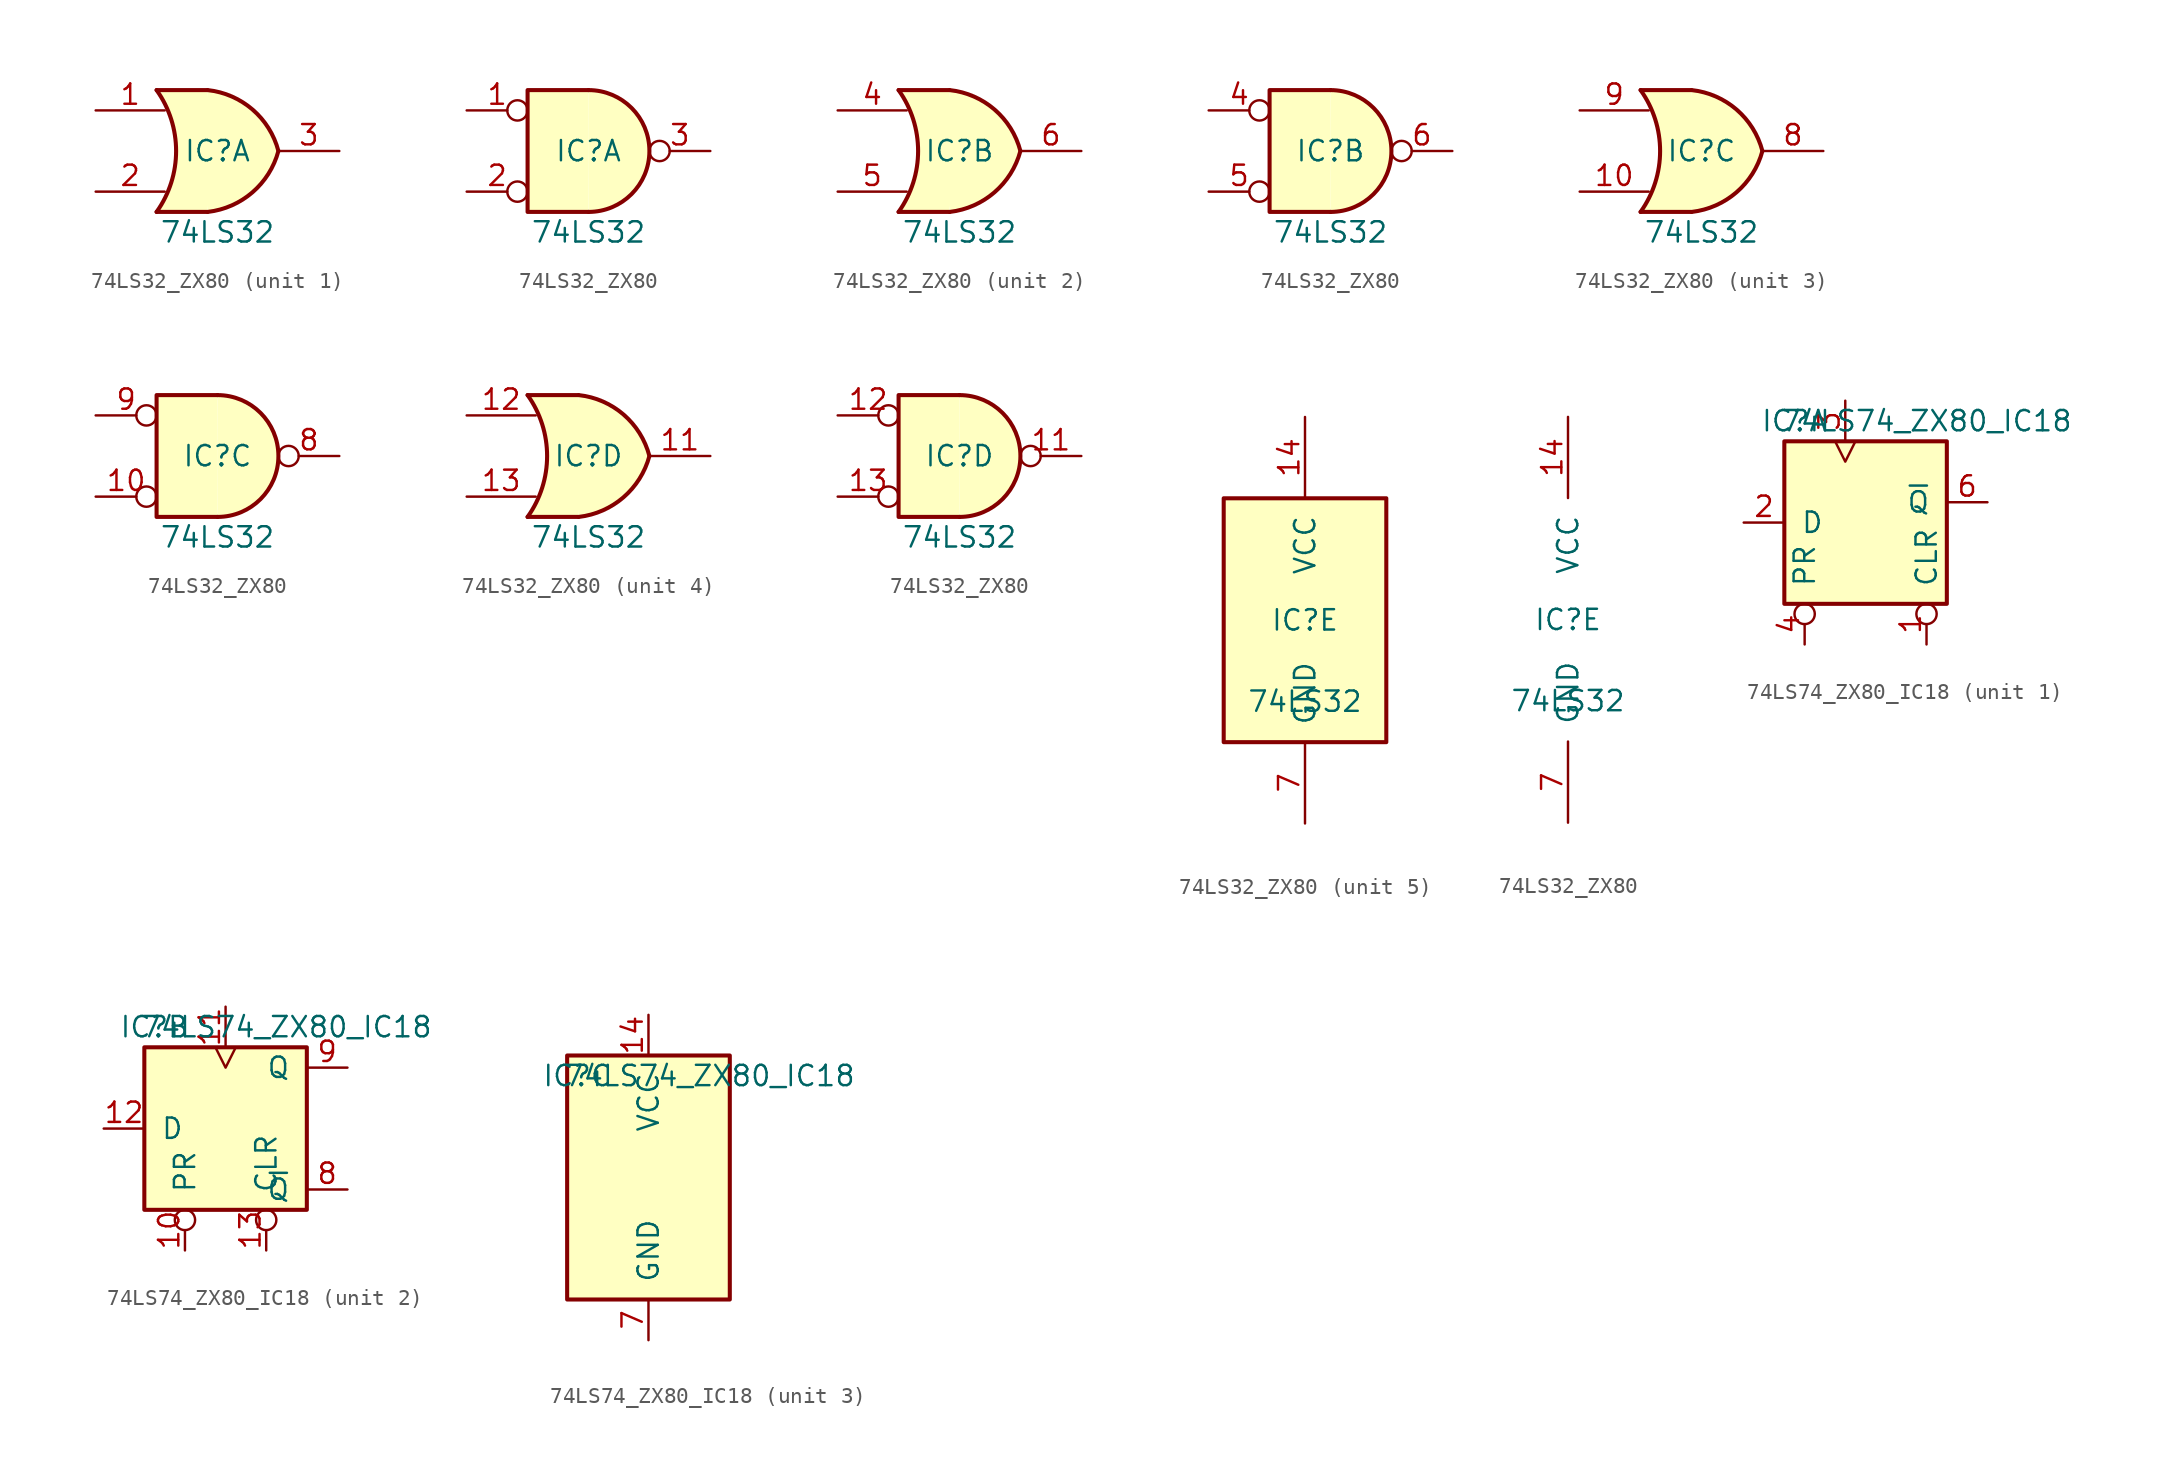
<source format=kicad_sym>
(kicad_symbol_lib
  (version 20220914)
  (generator kicad_symbol_editor)
  (symbol "74LS32_ZX80"
    (pin_names
      (offset 1.016))
    (property "Reference" "IC"
      (at 0 0 0)
      (effects (font (size 1.27 1.27))))
    (property "Value" "74LS32"
      (at 0 -5.08 0)
      (effects (font (size 1.27 1.27))))
    (property "ki_locked" ""
      (at 0 0 0)
      (effects (font (size 1.27 1.27))))
    (symbol "74LS32_ZX80_1_1"
      (arc (start -3.81 -3.81) (mid -2.589 0) (end -3.81 3.81) (stroke (width 0.254) (type default)) (fill (type none)))
      (arc (start -0.6096 -3.81) (mid 2.1842 -2.5851) (end 3.81 0) (stroke (width 0.254) (type default)) (fill (type background)))
      (polyline (pts (xy -3.81 -3.81) (xy -0.635 -3.81)) (stroke (width 0.254) (type default)) (fill (type background)))
      (polyline (pts (xy -3.81 3.81) (xy -0.635 3.81)) (stroke (width 0.254) (type default)) (fill (type background)))
      (polyline (pts (xy -0.635 3.81) (xy -3.81 3.81) (xy -3.81 3.81) (xy -3.556 3.404) (xy -3.023 2.261) (xy -2.692 1.041) (xy -2.616 -0.254) (xy -2.769 -1.499) (xy -3.175 -2.718) (xy -3.81 -3.81) (xy -3.81 -3.81) (xy -0.635 -3.81)) (stroke (width -25.4) (type default)) (fill (type background)))
      (arc (start 3.81 0) (mid 2.1915 2.5936) (end -0.6096 3.81) (stroke (width 0.254) (type default)) (fill (type background)))
      (pin input line (at -7.62 2.54 0) (length 4.318) (name "~" (effects (font (size 1.27 1.27)))) (number "1" (effects (font (size 1.27 1.27)))))
      (pin input line (at -7.62 -2.54 0) (length 4.318) (name "~" (effects (font (size 1.27 1.27)))) (number "2" (effects (font (size 1.27 1.27)))))
      (pin output line (at 7.62 0 180) (length 3.81) (name "~" (effects (font (size 1.27 1.27)))) (number "3" (effects (font (size 1.27 1.27))))))
    (symbol "74LS32_ZX80_1_2"
      (arc (start 0 -3.81) (mid 3.7934 0) (end 0 3.81) (stroke (width 0.254) (type default)) (fill (type background)))
      (polyline (pts (xy 0 3.81) (xy -3.81 3.81) (xy -3.81 -3.81) (xy 0 -3.81)) (stroke (width 0.254) (type default)) (fill (type background)))
      (pin input inverted (at -7.62 2.54 0) (length 3.81) (name "~" (effects (font (size 1.27 1.27)))) (number "1" (effects (font (size 1.27 1.27)))))
      (pin input inverted (at -7.62 -2.54 0) (length 3.81) (name "~" (effects (font (size 1.27 1.27)))) (number "2" (effects (font (size 1.27 1.27)))))
      (pin output inverted (at 7.62 0 180) (length 3.81) (name "~" (effects (font (size 1.27 1.27)))) (number "3" (effects (font (size 1.27 1.27))))))
    (symbol "74LS32_ZX80_2_1"
      (arc (start -3.81 -3.81) (mid -2.589 0) (end -3.81 3.81) (stroke (width 0.254) (type default)) (fill (type none)))
      (arc (start -0.6096 -3.81) (mid 2.1842 -2.5851) (end 3.81 0) (stroke (width 0.254) (type default)) (fill (type background)))
      (polyline (pts (xy -3.81 -3.81) (xy -0.635 -3.81)) (stroke (width 0.254) (type default)) (fill (type background)))
      (polyline (pts (xy -3.81 3.81) (xy -0.635 3.81)) (stroke (width 0.254) (type default)) (fill (type background)))
      (polyline (pts (xy -0.635 3.81) (xy -3.81 3.81) (xy -3.81 3.81) (xy -3.556 3.404) (xy -3.023 2.261) (xy -2.692 1.041) (xy -2.616 -0.254) (xy -2.769 -1.499) (xy -3.175 -2.718) (xy -3.81 -3.81) (xy -3.81 -3.81) (xy -0.635 -3.81)) (stroke (width -25.4) (type default)) (fill (type background)))
      (arc (start 3.81 0) (mid 2.1915 2.5936) (end -0.6096 3.81) (stroke (width 0.254) (type default)) (fill (type background)))
      (pin input line (at -7.62 2.54 0) (length 4.318) (name "~" (effects (font (size 1.27 1.27)))) (number "4" (effects (font (size 1.27 1.27)))))
      (pin input line (at -7.62 -2.54 0) (length 4.318) (name "~" (effects (font (size 1.27 1.27)))) (number "5" (effects (font (size 1.27 1.27)))))
      (pin output line (at 7.62 0 180) (length 3.81) (name "~" (effects (font (size 1.27 1.27)))) (number "6" (effects (font (size 1.27 1.27))))))
    (symbol "74LS32_ZX80_2_2"
      (arc (start 0 -3.81) (mid 3.7934 0) (end 0 3.81) (stroke (width 0.254) (type default)) (fill (type background)))
      (polyline (pts (xy 0 3.81) (xy -3.81 3.81) (xy -3.81 -3.81) (xy 0 -3.81)) (stroke (width 0.254) (type default)) (fill (type background)))
      (pin input inverted (at -7.62 2.54 0) (length 3.81) (name "~" (effects (font (size 1.27 1.27)))) (number "4" (effects (font (size 1.27 1.27)))))
      (pin input inverted (at -7.62 -2.54 0) (length 3.81) (name "~" (effects (font (size 1.27 1.27)))) (number "5" (effects (font (size 1.27 1.27)))))
      (pin output inverted (at 7.62 0 180) (length 3.81) (name "~" (effects (font (size 1.27 1.27)))) (number "6" (effects (font (size 1.27 1.27))))))
    (symbol "74LS32_ZX80_3_1"
      (arc (start -3.81 -3.81) (mid -2.589 0) (end -3.81 3.81) (stroke (width 0.254) (type default)) (fill (type none)))
      (arc (start -0.6096 -3.81) (mid 2.1842 -2.5851) (end 3.81 0) (stroke (width 0.254) (type default)) (fill (type background)))
      (polyline (pts (xy -3.81 -3.81) (xy -0.635 -3.81)) (stroke (width 0.254) (type default)) (fill (type background)))
      (polyline (pts (xy -3.81 3.81) (xy -0.635 3.81)) (stroke (width 0.254) (type default)) (fill (type background)))
      (polyline (pts (xy -0.635 3.81) (xy -3.81 3.81) (xy -3.81 3.81) (xy -3.556 3.404) (xy -3.023 2.261) (xy -2.692 1.041) (xy -2.616 -0.254) (xy -2.769 -1.499) (xy -3.175 -2.718) (xy -3.81 -3.81) (xy -3.81 -3.81) (xy -0.635 -3.81)) (stroke (width -25.4) (type default)) (fill (type background)))
      (arc (start 3.81 0) (mid 2.1915 2.5936) (end -0.6096 3.81) (stroke (width 0.254) (type default)) (fill (type background)))
      (pin input line (at -7.62 -2.54 0) (length 4.318) (name "~" (effects (font (size 1.27 1.27)))) (number "10" (effects (font (size 1.27 1.27)))))
      (pin output line (at 7.62 0 180) (length 3.81) (name "~" (effects (font (size 1.27 1.27)))) (number "8" (effects (font (size 1.27 1.27)))))
      (pin input line (at -7.62 2.54 0) (length 4.318) (name "~" (effects (font (size 1.27 1.27)))) (number "9" (effects (font (size 1.27 1.27))))))
    (symbol "74LS32_ZX80_3_2"
      (arc (start 0 -3.81) (mid 3.7934 0) (end 0 3.81) (stroke (width 0.254) (type default)) (fill (type background)))
      (polyline (pts (xy 0 3.81) (xy -3.81 3.81) (xy -3.81 -3.81) (xy 0 -3.81)) (stroke (width 0.254) (type default)) (fill (type background)))
      (pin input inverted (at -7.62 -2.54 0) (length 3.81) (name "~" (effects (font (size 1.27 1.27)))) (number "10" (effects (font (size 1.27 1.27)))))
      (pin output inverted (at 7.62 0 180) (length 3.81) (name "~" (effects (font (size 1.27 1.27)))) (number "8" (effects (font (size 1.27 1.27)))))
      (pin input inverted (at -7.62 2.54 0) (length 3.81) (name "~" (effects (font (size 1.27 1.27)))) (number "9" (effects (font (size 1.27 1.27))))))
    (symbol "74LS32_ZX80_4_1"
      (arc (start -3.81 -3.81) (mid -2.589 0) (end -3.81 3.81) (stroke (width 0.254) (type default)) (fill (type none)))
      (arc (start -0.6096 -3.81) (mid 2.1842 -2.5851) (end 3.81 0) (stroke (width 0.254) (type default)) (fill (type background)))
      (polyline (pts (xy -3.81 -3.81) (xy -0.635 -3.81)) (stroke (width 0.254) (type default)) (fill (type background)))
      (polyline (pts (xy -3.81 3.81) (xy -0.635 3.81)) (stroke (width 0.254) (type default)) (fill (type background)))
      (polyline (pts (xy -0.635 3.81) (xy -3.81 3.81) (xy -3.81 3.81) (xy -3.556 3.404) (xy -3.023 2.261) (xy -2.692 1.041) (xy -2.616 -0.254) (xy -2.769 -1.499) (xy -3.175 -2.718) (xy -3.81 -3.81) (xy -3.81 -3.81) (xy -0.635 -3.81)) (stroke (width -25.4) (type default)) (fill (type background)))
      (arc (start 3.81 0) (mid 2.1915 2.5936) (end -0.6096 3.81) (stroke (width 0.254) (type default)) (fill (type background)))
      (pin output line (at 7.62 0 180) (length 3.81) (name "~" (effects (font (size 1.27 1.27)))) (number "11" (effects (font (size 1.27 1.27)))))
      (pin input line (at -7.62 2.54 0) (length 4.318) (name "~" (effects (font (size 1.27 1.27)))) (number "12" (effects (font (size 1.27 1.27)))))
      (pin input line (at -7.62 -2.54 0) (length 4.318) (name "~" (effects (font (size 1.27 1.27)))) (number "13" (effects (font (size 1.27 1.27))))))
    (symbol "74LS32_ZX80_4_2"
      (arc (start 0 -3.81) (mid 3.7934 0) (end 0 3.81) (stroke (width 0.254) (type default)) (fill (type background)))
      (polyline (pts (xy 0 3.81) (xy -3.81 3.81) (xy -3.81 -3.81) (xy 0 -3.81)) (stroke (width 0.254) (type default)) (fill (type background)))
      (pin output inverted (at 7.62 0 180) (length 3.81) (name "~" (effects (font (size 1.27 1.27)))) (number "11" (effects (font (size 1.27 1.27)))))
      (pin input inverted (at -7.62 2.54 0) (length 3.81) (name "~" (effects (font (size 1.27 1.27)))) (number "12" (effects (font (size 1.27 1.27)))))
      (pin input inverted (at -7.62 -2.54 0) (length 3.81) (name "~" (effects (font (size 1.27 1.27)))) (number "13" (effects (font (size 1.27 1.27))))))
    (symbol "74LS32_ZX80_5_0"
      (pin power_in line (at 0 12.7 270) (length 5.08) (name "VCC" (effects (font (size 1.27 1.27)))) (number "14" (effects (font (size 1.27 1.27)))))
      (pin power_in line (at 0 -12.7 90) (length 5.08) (name "GND" (effects (font (size 1.27 1.27)))) (number "7" (effects (font (size 1.27 1.27))))))
    (symbol "74LS32_ZX80_5_1"
      (rectangle (start -5.08 7.62) (end 5.08 -7.62) (stroke (width 0.254) (type default)) (fill (type background)))))
  (symbol "74LS74_ZX80_IC18"
    (pin_names
      (offset 1.016))
    (property "Reference" "IC"
      (at -4.445 6.35 0)
      (effects (font (size 1.27 1.27))))
    (property "Value" "74LS74_ZX80_IC18"
      (at 3.81 6.35 0)
      (effects (font (size 1.27 1.27))))
    (property "ki_locked" ""
      (at 0 0 0)
      (effects (font (size 1.27 1.27))))
    (symbol "74LS74_ZX80_IC18_1_0"
      (pin input inverted (at 3.81 -7.62 90) (length 2.54) (name "CLR" (effects (font (size 1.27 1.27)))) (number "1" (effects (font (size 1.27 1.27)))))
      (pin input line (at -7.62 0 0) (length 2.54) (name "D" (effects (font (size 1.27 1.27)))) (number "2" (effects (font (size 1.27 1.27)))))
      (pin input clock (at -1.27 7.62 270) (length 2.54) (name "" (effects (font (size 1.27 1.27)))) (number "3" (effects (font (size 1.27 1.27)))))
      (pin input inverted (at -3.81 -7.62 90) (length 2.54) (name "PR" (effects (font (size 1.27 1.27)))) (number "4" (effects (font (size 1.27 1.27)))))
      (pin no_connect line (at 7.62 -1.905 180) (length 2.54) hide (name "Q" (effects (font (size 1.27 1.27)))) (number "5" (effects (font (size 1.27 1.27)))))
      (pin output line (at 7.62 1.27 180) (length 2.54) (name "~{Q}" (effects (font (size 1.27 1.27)))) (number "6" (effects (font (size 1.27 1.27))))))
    (symbol "74LS74_ZX80_IC18_1_1"
      (rectangle (start -5.08 5.08) (end 5.08 -5.08) (stroke (width 0.254) (type default)) (fill (type background))))
    (symbol "74LS74_ZX80_IC18_2_0"
      (pin input inverted (at -2.54 -7.62 90) (length 2.54) (name "PR" (effects (font (size 1.27 1.27)))) (number "10" (effects (font (size 1.27 1.27)))))
      (pin input clock (at 0 7.62 270) (length 2.54) (name "" (effects (font (size 1.27 1.27)))) (number "11" (effects (font (size 1.27 1.27)))))
      (pin input line (at -7.62 0 0) (length 2.54) (name "D" (effects (font (size 1.27 1.27)))) (number "12" (effects (font (size 1.27 1.27)))))
      (pin input inverted (at 2.54 -7.62 90) (length 2.54) (name "CLR" (effects (font (size 1.27 1.27)))) (number "13" (effects (font (size 1.27 1.27)))))
      (pin output line (at 7.62 -3.81 180) (length 2.54) (name "~{Q}" (effects (font (size 1.27 1.27)))) (number "8" (effects (font (size 1.27 1.27)))))
      (pin output line (at 7.62 3.81 180) (length 2.54) (name "Q" (effects (font (size 1.27 1.27)))) (number "9" (effects (font (size 1.27 1.27))))))
    (symbol "74LS74_ZX80_IC18_2_1"
      (rectangle (start -5.08 5.08) (end 5.08 -5.08) (stroke (width 0.254) (type default)) (fill (type background))))
    (symbol "74LS74_ZX80_IC18_3_0"
      (pin power_in line (at 0 10.16 270) (length 2.54) (name "VCC" (effects (font (size 1.27 1.27)))) (number "14" (effects (font (size 1.27 1.27)))))
      (pin power_in line (at 0 -10.16 90) (length 2.54) (name "GND" (effects (font (size 1.27 1.27)))) (number "7" (effects (font (size 1.27 1.27))))))
    (symbol "74LS74_ZX80_IC18_3_1"
      (rectangle (start -5.08 7.62) (end 5.08 -7.62) (stroke (width 0.254) (type default)) (fill (type background))))))
</source>
